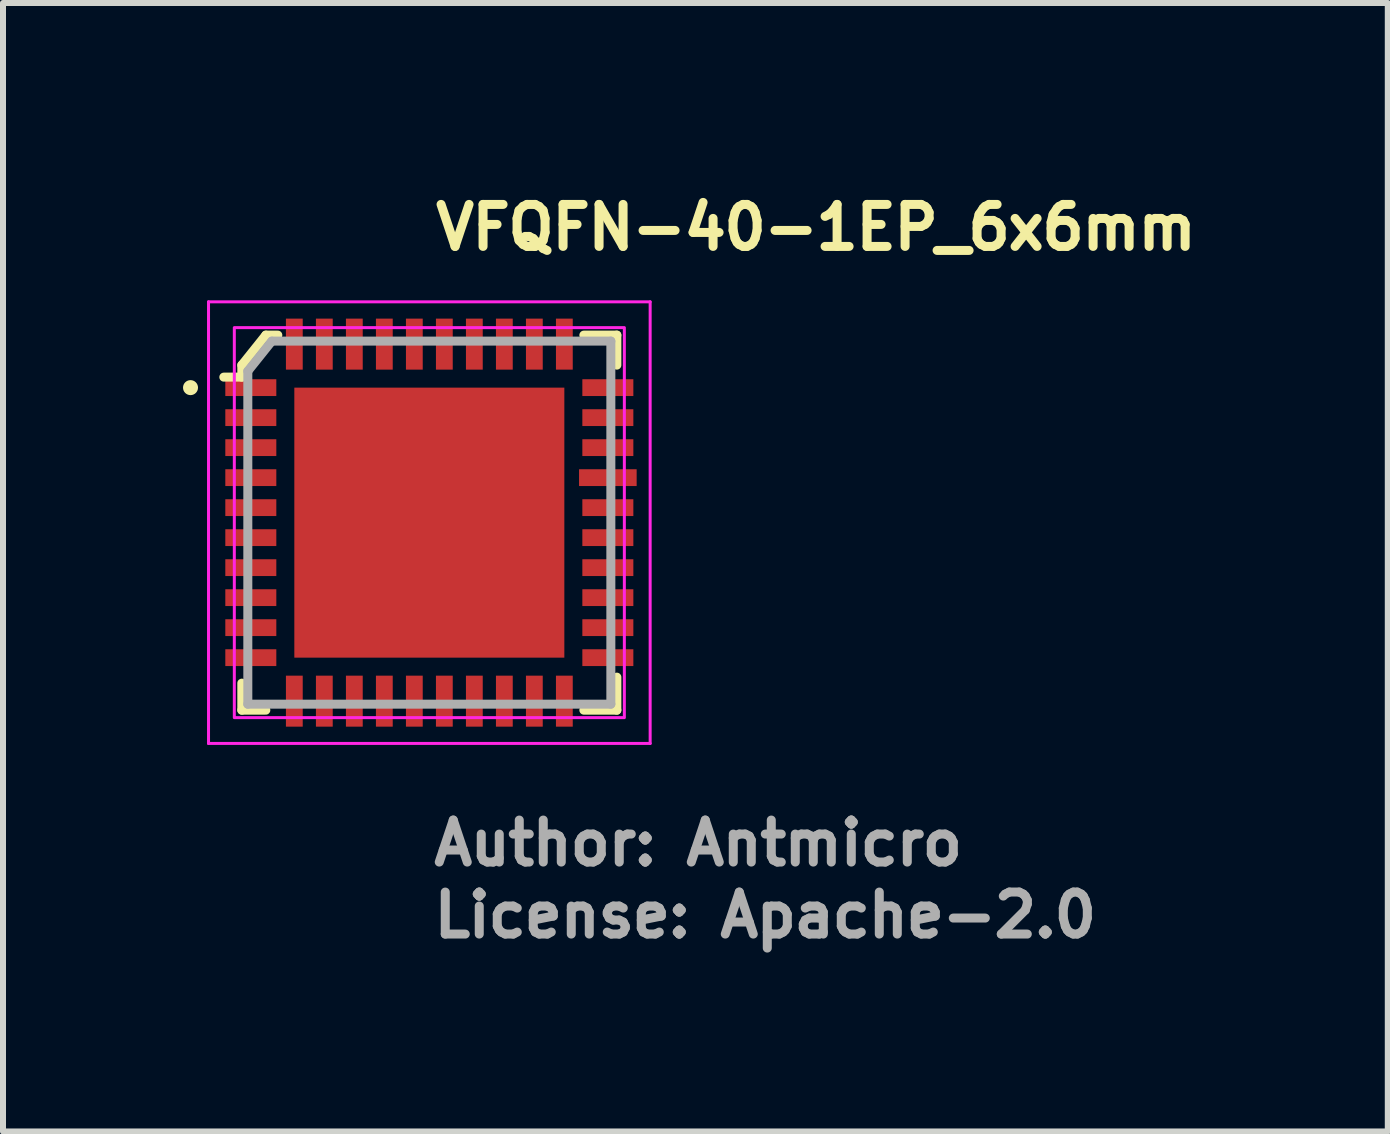
<source format=kicad_pcb>
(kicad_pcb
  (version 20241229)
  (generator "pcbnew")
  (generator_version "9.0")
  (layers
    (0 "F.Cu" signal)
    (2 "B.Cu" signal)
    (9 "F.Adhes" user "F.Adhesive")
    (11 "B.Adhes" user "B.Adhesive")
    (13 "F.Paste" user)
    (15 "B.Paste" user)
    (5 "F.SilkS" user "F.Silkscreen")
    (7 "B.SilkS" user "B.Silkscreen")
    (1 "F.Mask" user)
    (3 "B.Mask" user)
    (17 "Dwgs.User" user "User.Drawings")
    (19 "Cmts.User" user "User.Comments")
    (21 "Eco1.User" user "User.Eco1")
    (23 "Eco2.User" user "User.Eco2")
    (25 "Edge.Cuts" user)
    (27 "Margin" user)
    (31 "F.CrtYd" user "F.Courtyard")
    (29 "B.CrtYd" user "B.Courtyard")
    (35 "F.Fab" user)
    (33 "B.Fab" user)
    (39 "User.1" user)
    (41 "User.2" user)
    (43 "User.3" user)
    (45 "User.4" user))
  (footprint "VFQFN-40-1EP_6x6mm"
    (layer "F.Cu")
    (at 4.105 5.66)
    (property "Reference" "VFQFN-40-1EP_6x6mm" (at 0.03 -4.51 0) (layer "F.SilkS") (effects (font (size 0.7 0.7) (thickness 0.15)) (justify left bottom)))
    (attr smd)
    (fp_line (start -3.125 -2.625) (end -3.125 -2.425) (stroke (width 0.15) (type solid)) (layer "F.SilkS"))
    (fp_line (start -3.125 -2.425) (end -3.425 -2.425) (stroke (width 0.15) (type solid)) (layer "F.SilkS"))
    (fp_line (start -3.125 3.125) (end -3.125 2.675) (stroke (width 0.15) (type solid)) (layer "F.SilkS"))
    (fp_line (start -2.725 -3.125) (end -3.125 -2.625) (stroke (width 0.15) (type solid)) (layer "F.SilkS"))
    (fp_line (start -2.725 3.125) (end -3.125 3.125) (stroke (width 0.15) (type solid)) (layer "F.SilkS"))
    (fp_line (start -2.525 -3.125) (end -2.725 -3.125) (stroke (width 0.15) (type solid)) (layer "F.SilkS"))
    (fp_line (start 3.125 -3.125) (end 2.575 -3.125) (stroke (width 0.15) (type solid)) (layer "F.SilkS"))
    (fp_line (start 3.125 -2.625) (end 3.125 -3.125) (stroke (width 0.15) (type solid)) (layer "F.SilkS"))
    (fp_line (start 3.125 2.575) (end 3.125 3.125) (stroke (width 0.15) (type solid)) (layer "F.SilkS"))
    (fp_line (start 3.125 3.125) (end 2.575 3.125) (stroke (width 0.15) (type solid)) (layer "F.SilkS"))
    (fp_circle (center -3.98 -2.25) (end -3.93 -2.25) (stroke (width 0.15) (type solid)) (fill yes) (layer "F.SilkS"))
    (fp_line (start -3.68 -3.68) (end -3.68 3.68) (stroke (width 0.05) (type solid)) (layer "F.CrtYd"))
    (fp_line (start -3.68 3.68) (end 3.68 3.68) (stroke (width 0.05) (type solid)) (layer "F.CrtYd"))
    (fp_line (start 3.68 -3.68) (end -3.68 -3.68) (stroke (width 0.05) (type solid)) (layer "F.CrtYd"))
    (fp_line (start 3.68 -3.68) (end 3.68 3.68) (stroke (width 0.05) (type solid)) (layer "F.CrtYd"))
    (fp_rect (start -3.25 -3.25) (end 3.25 3.25) (stroke (width 0.05) (type solid)) (fill no) (layer "F.CrtYd"))
    (fp_line (start -3.025 -2.525) (end -3.025 3.025) (stroke (width 0.15) (type solid)) (layer "F.Fab"))
    (fp_line (start -3.025 3.025) (end 3.025 3.025) (stroke (width 0.15) (type solid)) (layer "F.Fab"))
    (fp_line (start -2.625 -3.025) (end -3.025 -2.525) (stroke (width 0.15) (type solid)) (layer "F.Fab"))
    (fp_line (start -2.625 -3.025) (end 3.025 -3.025) (stroke (width 0.15) (type solid)) (layer "F.Fab"))
    (fp_line (start 3.025 -3.025) (end 3.025 3.025) (stroke (width 0.15) (type solid)) (layer "F.Fab"))
    (fp_rect (start -3 -3) (end 3 3) (stroke (width 0.1) (type solid)) (fill no) (layer "User.5"))
    (fp_line (start -3 -3) (end -3 3) (stroke (width 0.02) (type solid)) (layer "User.9"))
    (fp_line (start -3 3) (end 3 3) (stroke (width 0.02) (type solid)) (layer "User.9"))
    (fp_line (start 3 -3) (end -3 -3) (stroke (width 0.02) (type solid)) (layer "User.9"))
    (fp_line (start 3 3) (end 3 -3) (stroke (width 0.02) (type solid)) (layer "User.9"))
    (fp_text user "Author: Antmicro" (at 0 5.75 0) (layer "F.Fab") (effects (font (size 0.7 0.7) (thickness 0.15)) (justify left bottom)))
    (fp_text user "License: Apache-2.0" (at 0 6.95 0) (layer "F.Fab") (effects (font (size 0.7 0.7) (thickness 0.15)) (justify left bottom)))
    (pad "1" smd rect (at -2.975 -2.25) (size 0.85 0.28) (layers "F.Cu" "F.Mask" "F.Paste"))
    (pad "2" smd rect (at -2.975 -1.75) (size 0.85 0.28) (layers "F.Cu" "F.Mask" "F.Paste"))
    (pad "3" smd rect (at -2.975 -1.25) (size 0.85 0.28) (layers "F.Cu" "F.Mask" "F.Paste"))
    (pad "4" smd rect (at -2.975 -0.75) (size 0.85 0.28) (layers "F.Cu" "F.Mask" "F.Paste"))
    (pad "5" smd rect (at -2.975 -0.25) (size 0.85 0.28) (layers "F.Cu" "F.Mask" "F.Paste"))
    (pad "6" smd rect (at -2.975 0.25) (size 0.85 0.28) (layers "F.Cu" "F.Mask" "F.Paste"))
    (pad "7" smd rect (at -2.975 0.75) (size 0.85 0.28) (layers "F.Cu" "F.Mask" "F.Paste"))
    (pad "8" smd rect (at -2.975 1.25) (size 0.85 0.28) (layers "F.Cu" "F.Mask" "F.Paste"))
    (pad "9" smd rect (at -2.975 1.75) (size 0.85 0.28) (layers "F.Cu" "F.Mask" "F.Paste"))
    (pad "10" smd rect (at -2.975 2.25) (size 0.85 0.28) (layers "F.Cu" "F.Mask" "F.Paste"))
    (pad "11" smd rect (at -2.25 2.975) (size 0.28 0.85) (layers "F.Cu" "F.Mask" "F.Paste"))
    (pad "12" smd rect (at -1.75 2.975) (size 0.28 0.85) (layers "F.Cu" "F.Mask" "F.Paste"))
    (pad "13" smd rect (at -1.25 2.975) (size 0.28 0.85) (layers "F.Cu" "F.Mask" "F.Paste"))
    (pad "14" smd rect (at -0.75 2.975) (size 0.28 0.85) (layers "F.Cu" "F.Mask" "F.Paste"))
    (pad "15" smd rect (at -0.25 2.975) (size 0.28 0.85) (layers "F.Cu" "F.Mask" "F.Paste"))
    (pad "16" smd rect (at 0.25 2.975) (size 0.28 0.85) (layers "F.Cu" "F.Mask" "F.Paste"))
    (pad "17" smd rect (at 0.75 2.975) (size 0.28 0.85) (layers "F.Cu" "F.Mask" "F.Paste"))
    (pad "18" smd rect (at 1.25 2.975) (size 0.28 0.85) (layers "F.Cu" "F.Mask" "F.Paste"))
    (pad "19" smd rect (at 1.75 2.975) (size 0.28 0.85) (layers "F.Cu" "F.Mask" "F.Paste"))
    (pad "20" smd rect (at 2.25 2.975) (size 0.28 0.85) (layers "F.Cu" "F.Mask" "F.Paste"))
    (pad "21" smd rect (at 2.975 2.25) (size 0.85 0.28) (layers "F.Cu" "F.Mask" "F.Paste"))
    (pad "22" smd rect (at 2.975 1.75) (size 0.85 0.28) (layers "F.Cu" "F.Mask" "F.Paste"))
    (pad "23" smd rect (at 2.975 1.25) (size 0.85 0.28) (layers "F.Cu" "F.Mask" "F.Paste"))
    (pad "24" smd rect (at 2.975 0.75) (size 0.85 0.28) (layers "F.Cu" "F.Mask" "F.Paste"))
    (pad "25" smd rect (at 2.975 0.25) (size 0.85 0.28) (layers "F.Cu" "F.Mask" "F.Paste"))
    (pad "26" smd rect (at 2.975 -0.25) (size 0.85 0.28) (layers "F.Cu" "F.Mask" "F.Paste"))
    (pad "27" smd rect (at 2.975 -0.75) (size 0.96 0.28) (layers "F.Cu" "F.Mask" "F.Paste"))
    (pad "28" smd rect (at 2.975 -1.25) (size 0.85 0.28) (layers "F.Cu" "F.Mask" "F.Paste"))
    (pad "29" smd rect (at 2.975 -1.75) (size 0.85 0.28) (layers "F.Cu" "F.Mask" "F.Paste"))
    (pad "30" smd rect (at 2.975 -2.25) (size 0.85 0.28) (layers "F.Cu" "F.Mask" "F.Paste"))
    (pad "31" smd rect (at 2.25 -2.975) (size 0.28 0.85) (layers "F.Cu" "F.Mask" "F.Paste"))
    (pad "32" smd rect (at 1.75 -2.975) (size 0.28 0.85) (layers "F.Cu" "F.Mask" "F.Paste"))
    (pad "33" smd rect (at 1.25 -2.975) (size 0.28 0.85) (layers "F.Cu" "F.Mask" "F.Paste"))
    (pad "34" smd rect (at 0.75 -2.975) (size 0.28 0.85) (layers "F.Cu" "F.Mask" "F.Paste"))
    (pad "35" smd rect (at 0.25 -2.975) (size 0.28 0.85) (layers "F.Cu" "F.Mask" "F.Paste"))
    (pad "36" smd rect (at -0.25 -2.975) (size 0.28 0.85) (layers "F.Cu" "F.Mask" "F.Paste"))
    (pad "37" smd rect (at -0.75 -2.975) (size 0.28 0.85) (layers "F.Cu" "F.Mask" "F.Paste"))
    (pad "38" smd rect (at -1.25 -2.975) (size 0.28 0.85) (layers "F.Cu" "F.Mask" "F.Paste"))
    (pad "39" smd rect (at -1.75 -2.975) (size 0.28 0.85) (layers "F.Cu" "F.Mask" "F.Paste"))
    (pad "40" smd rect (at -2.25 -2.975) (size 0.28 0.85) (layers "F.Cu" "F.Mask" "F.Paste"))
    (pad "41" smd rect (at 0 0) (size 4.5 4.5) (layers "F.Cu" "F.Mask" "F.Paste")))
  (gr_rect
    (start -3 -3)
    (end 20.078 15.806)
    (stroke (width 0.1) (type default))
    (fill no)
    (layer "Edge.Cuts")))
</source>
